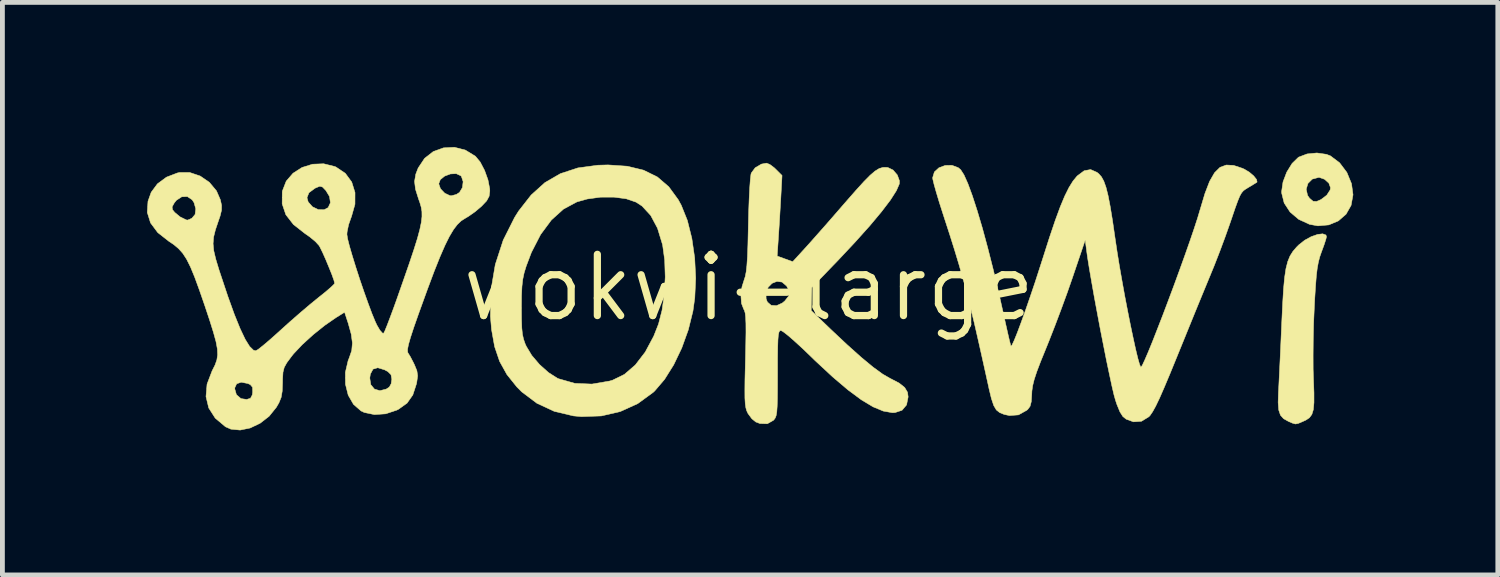
<source format=kicad_pcb>
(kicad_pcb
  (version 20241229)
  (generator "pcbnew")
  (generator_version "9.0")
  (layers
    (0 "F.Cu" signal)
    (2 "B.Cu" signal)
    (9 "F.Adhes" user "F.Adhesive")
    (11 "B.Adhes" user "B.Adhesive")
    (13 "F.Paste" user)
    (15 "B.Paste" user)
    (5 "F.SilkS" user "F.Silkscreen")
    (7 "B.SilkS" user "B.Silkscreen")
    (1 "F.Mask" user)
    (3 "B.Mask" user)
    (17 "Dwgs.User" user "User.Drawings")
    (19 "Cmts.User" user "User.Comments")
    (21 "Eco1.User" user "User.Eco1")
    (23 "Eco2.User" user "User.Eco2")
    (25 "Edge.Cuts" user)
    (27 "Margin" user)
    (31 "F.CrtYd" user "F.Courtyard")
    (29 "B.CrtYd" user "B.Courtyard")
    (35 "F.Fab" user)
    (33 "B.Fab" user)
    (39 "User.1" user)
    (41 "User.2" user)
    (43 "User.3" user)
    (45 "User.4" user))
  (footprint "wokwi-large"
    (layer "F.Cu")
    (at 12.486 2.916)
    (property "Reference" "wokwi-large" (at 0 0 0) (layer "F.SilkS") (effects (font (size 1.27 1.27) (thickness 0.15))))
    (attr through_hole)
    (fp_poly (pts (xy 11.977 -2.765) (xy 12.061 -2.733) (xy 12.251 -2.59) (xy 12.402 -2.39) (xy 12.499 -2.155) (xy 12.53 -1.926) (xy 12.49 -1.706) (xy 12.385 -1.522) (xy 12.226 -1.384) (xy 12.027 -1.301) (xy 11.802 -1.281) (xy 11.627 -1.313) (xy 11.403 -1.416) (xy 11.224 -1.568) (xy 11.102 -1.755) (xy 11.05 -1.962) (xy 11.049 -1.995) (xy 11.056 -2.041) (xy 11.559 -2.041) (xy 11.587 -1.914) (xy 11.627 -1.855) (xy 11.701 -1.791) (xy 11.775 -1.787) (xy 11.867 -1.827) (xy 11.986 -1.918) (xy 12.055 -2.025) (xy 12.064 -2.071) (xy 12.029 -2.167) (xy 11.941 -2.247) (xy 11.831 -2.286) (xy 11.818 -2.286) (xy 11.685 -2.251) (xy 11.595 -2.161) (xy 11.559 -2.041) (xy 11.056 -2.041) (xy 11.078 -2.192) (xy 11.155 -2.395) (xy 11.266 -2.575) (xy 11.395 -2.701) (xy 11.406 -2.708) (xy 11.578 -2.773) (xy 11.781 -2.793) (xy 11.977 -2.765)) (stroke (width 0.01) (type solid)) (fill yes) (layer "F.SilkS"))
    (fp_poly (pts (xy 11.968 -1.091) (xy 11.98 -1.055) (xy 11.966 -0.999) (xy 11.93 -0.888) (xy 11.878 -0.746) (xy 11.876 -0.741) (xy 11.839 -0.635) (xy 11.811 -0.526) (xy 11.788 -0.4) (xy 11.769 -0.241) (xy 11.753 -0.035) (xy 11.736 0.232) (xy 11.727 0.413) (xy 11.713 0.73) (xy 11.705 1.068) (xy 11.702 1.4) (xy 11.703 1.697) (xy 11.71 1.907) (xy 11.72 2.182) (xy 11.72 2.386) (xy 11.707 2.531) (xy 11.676 2.631) (xy 11.625 2.7) (xy 11.551 2.749) (xy 11.491 2.776) (xy 11.395 2.817) (xy 11.337 2.829) (xy 11.278 2.813) (xy 11.19 2.775) (xy 11.09 2.719) (xy 11.025 2.646) (xy 10.989 2.539) (xy 10.977 2.381) (xy 10.984 2.157) (xy 10.985 2.149) (xy 10.993 1.994) (xy 11.004 1.771) (xy 11.017 1.499) (xy 11.031 1.196) (xy 11.045 0.878) (xy 11.053 0.699) (xy 11.071 0.326) (xy 11.089 0.026) (xy 11.111 -0.21) (xy 11.139 -0.395) (xy 11.176 -0.54) (xy 11.223 -0.655) (xy 11.283 -0.751) (xy 11.359 -0.84) (xy 11.406 -0.887) (xy 11.528 -0.983) (xy 11.663 -1.057) (xy 11.794 -1.103) (xy 11.901 -1.116) (xy 11.968 -1.091)) (stroke (width 0.01) (type solid)) (fill yes) (layer "F.SilkS"))
    (fp_poly (pts (xy -2.524 -2.518) (xy -2.186 -2.436) (xy -1.901 -2.296) (xy -1.664 -2.093) (xy -1.468 -1.825) (xy -1.404 -1.708) (xy -1.278 -1.394) (xy -1.185 -1.022) (xy -1.126 -0.616) (xy -1.105 -0.197) (xy -1.124 0.213) (xy -1.162 0.487) (xy -1.258 0.875) (xy -1.394 1.252) (xy -1.561 1.601) (xy -1.751 1.904) (xy -1.955 2.143) (xy -1.986 2.172) (xy -2.308 2.407) (xy -2.67 2.571) (xy -3.063 2.662) (xy -3.476 2.676) (xy -3.641 2.661) (xy -4.038 2.567) (xy -4.398 2.4) (xy -4.714 2.162) (xy -4.816 2.059) (xy -5.021 1.803) (xy -5.172 1.531) (xy -5.276 1.225) (xy -5.34 0.868) (xy -5.363 0.593) (xy -5.359 0.414) (xy -4.72 0.414) (xy -4.72 0.423) (xy -4.718 0.663) (xy -4.712 0.838) (xy -4.699 0.967) (xy -4.676 1.07) (xy -4.642 1.167) (xy -4.62 1.216) (xy -4.506 1.406) (xy -4.344 1.596) (xy -4.158 1.762) (xy -3.975 1.879) (xy -3.947 1.891) (xy -3.613 1.986) (xy -3.257 2.001) (xy -2.89 1.938) (xy -2.829 1.92) (xy -2.584 1.8) (xy -2.357 1.604) (xy -2.152 1.337) (xy -1.975 1.006) (xy -1.876 0.755) (xy -1.803 0.471) (xy -1.756 0.135) (xy -1.737 -0.221) (xy -1.748 -0.568) (xy -1.79 -0.876) (xy -1.795 -0.898) (xy -1.897 -1.232) (xy -2.039 -1.498) (xy -2.218 -1.692) (xy -2.342 -1.773) (xy -2.547 -1.843) (xy -2.802 -1.877) (xy -3.081 -1.876) (xy -3.356 -1.838) (xy -3.569 -1.778) (xy -3.847 -1.629) (xy -4.099 -1.402) (xy -4.322 -1.101) (xy -4.513 -0.73) (xy -4.621 -0.445) (xy -4.664 -0.305) (xy -4.692 -0.172) (xy -4.709 -0.023) (xy -4.718 0.165) (xy -4.72 0.414) (xy -5.359 0.414) (xy -5.352 0.052) (xy -5.262 -0.479) (xy -5.097 -0.986) (xy -4.86 -1.458) (xy -4.778 -1.588) (xy -4.518 -1.921) (xy -4.233 -2.178) (xy -3.912 -2.364) (xy -3.549 -2.483) (xy -3.135 -2.539) (xy -2.923 -2.545) (xy -2.524 -2.518)) (stroke (width 0.01) (type solid)) (fill yes) (layer "F.SilkS"))
    (fp_poly (pts (xy 0.434 -2.554) (xy 0.527 -2.484) (xy 0.558 -2.454) (xy 0.686 -2.326) (xy 0.66 -1.851) (xy 0.646 -1.609) (xy 0.631 -1.352) (xy 0.616 -1.119) (xy 0.609 -1.015) (xy 0.585 -0.655) (xy 0.747 -0.596) (xy 0.908 -0.538) (xy 1.156 -0.809) (xy 1.261 -0.925) (xy 1.408 -1.091) (xy 1.585 -1.291) (xy 1.777 -1.511) (xy 1.973 -1.737) (xy 2.001 -1.769) (xy 2.213 -2.011) (xy 2.38 -2.195) (xy 2.511 -2.328) (xy 2.615 -2.417) (xy 2.701 -2.47) (xy 2.778 -2.493) (xy 2.854 -2.494) (xy 2.881 -2.491) (xy 2.989 -2.439) (xy 3.077 -2.337) (xy 3.121 -2.217) (xy 3.119 -2.151) (xy 3.058 -2.011) (xy 2.935 -1.818) (xy 2.75 -1.575) (xy 2.506 -1.283) (xy 2.203 -0.945) (xy 1.845 -0.563) (xy 1.741 -0.456) (xy 1.303 -0.001) (xy 1.297 0.237) (xy 1.291 0.476) (xy 1.694 0.863) (xy 2.038 1.186) (xy 2.331 1.448) (xy 2.575 1.65) (xy 2.773 1.794) (xy 2.929 1.884) (xy 2.93 1.884) (xy 3.116 1.981) (xy 3.231 2.073) (xy 3.289 2.171) (xy 3.302 2.267) (xy 3.269 2.433) (xy 3.175 2.544) (xy 3.027 2.593) (xy 2.971 2.594) (xy 2.786 2.561) (xy 2.574 2.473) (xy 2.331 2.327) (xy 2.053 2.121) (xy 1.736 1.852) (xy 1.375 1.517) (xy 1.291 1.435) (xy 1.11 1.261) (xy 0.946 1.111) (xy 0.809 0.992) (xy 0.71 0.915) (xy 0.663 0.889) (xy 0.639 0.896) (xy 0.622 0.925) (xy 0.609 0.985) (xy 0.601 1.087) (xy 0.596 1.242) (xy 0.593 1.46) (xy 0.593 1.751) (xy 0.593 1.778) (xy 0.592 2.076) (xy 0.59 2.3) (xy 0.585 2.464) (xy 0.577 2.577) (xy 0.564 2.654) (xy 0.545 2.704) (xy 0.52 2.739) (xy 0.508 2.752) (xy 0.381 2.824) (xy 0.227 2.819) (xy 0.142 2.787) (xy 0.06 2.72) (xy -0.017 2.616) (xy -0.024 2.604) (xy -0.048 2.552) (xy -0.065 2.49) (xy -0.077 2.407) (xy -0.084 2.29) (xy -0.085 2.127) (xy -0.083 1.908) (xy -0.076 1.621) (xy -0.073 1.498) (xy -0.066 1.176) (xy -0.062 0.928) (xy -0.063 0.744) (xy -0.069 0.613) (xy -0.079 0.526) (xy -0.096 0.47) (xy -0.109 0.447) (xy -0.155 0.328) (xy -0.167 0.163) (xy -0.16 0.105) (xy 0.352 0.105) (xy 0.356 0.232) (xy 0.382 0.299) (xy 0.46 0.367) (xy 0.571 0.374) (xy 0.691 0.32) (xy 0.743 0.277) (xy 0.826 0.172) (xy 0.838 0.08) (xy 0.783 -0.03) (xy 0.781 -0.033) (xy 0.686 -0.115) (xy 0.58 -0.129) (xy 0.479 -0.089) (xy 0.398 -0.007) (xy 0.352 0.105) (xy -0.16 0.105) (xy -0.145 -0.016) (xy -0.1 -0.16) (xy -0.077 -0.23) (xy -0.058 -0.327) (xy -0.043 -0.462) (xy -0.031 -0.645) (xy -0.022 -0.889) (xy -0.015 -1.203) (xy -0.013 -1.291) (xy -0.006 -1.576) (xy 0.004 -1.838) (xy 0.015 -2.063) (xy 0.028 -2.238) (xy 0.041 -2.349) (xy 0.048 -2.376) (xy 0.129 -2.486) (xy 0.258 -2.562) (xy 0.365 -2.582) (xy 0.434 -2.554)) (stroke (width 0.01) (type solid)) (fill yes) (layer "F.SilkS"))
    (fp_poly (pts (xy 10.054 -2.535) (xy 10.235 -2.475) (xy 10.273 -2.458) (xy 10.377 -2.396) (xy 10.469 -2.318) (xy 10.529 -2.243) (xy 10.54 -2.191) (xy 10.534 -2.184) (xy 10.492 -2.158) (xy 10.404 -2.104) (xy 10.365 -2.081) (xy 10.304 -2.044) (xy 10.257 -2.01) (xy 10.219 -1.966) (xy 10.181 -1.899) (xy 10.139 -1.797) (xy 10.084 -1.646) (xy 10.012 -1.434) (xy 9.97 -1.312) (xy 9.877 -1.05) (xy 9.766 -0.751) (xy 9.651 -0.456) (xy 9.568 -0.254) (xy 9.492 -0.07) (xy 9.391 0.175) (xy 9.272 0.465) (xy 9.142 0.784) (xy 9.008 1.114) (xy 8.884 1.418) (xy 8.737 1.778) (xy 8.616 2.066) (xy 8.518 2.29) (xy 8.438 2.457) (xy 8.373 2.575) (xy 8.321 2.651) (xy 8.296 2.678) (xy 8.141 2.773) (xy 7.975 2.784) (xy 7.825 2.729) (xy 7.756 2.674) (xy 7.695 2.577) (xy 7.632 2.423) (xy 7.604 2.339) (xy 7.572 2.226) (xy 7.529 2.042) (xy 7.477 1.8) (xy 7.417 1.515) (xy 7.354 1.197) (xy 7.288 0.862) (xy 7.224 0.521) (xy 7.162 0.188) (xy 7.107 -0.124) (xy 7.059 -0.403) (xy 7.022 -0.634) (xy 7.005 -0.758) (xy 6.975 -0.987) (xy 6.711 -0.208) (xy 6.603 0.102) (xy 6.477 0.446) (xy 6.346 0.793) (xy 6.222 1.11) (xy 6.159 1.266) (xy 6.049 1.536) (xy 5.97 1.744) (xy 5.917 1.905) (xy 5.885 2.034) (xy 5.869 2.146) (xy 5.866 2.213) (xy 5.856 2.366) (xy 5.831 2.462) (xy 5.782 2.528) (xy 5.761 2.545) (xy 5.591 2.64) (xy 5.404 2.654) (xy 5.295 2.631) (xy 5.201 2.593) (xy 5.131 2.537) (xy 5.077 2.445) (xy 5.029 2.301) (xy 4.978 2.091) (xy 4.975 2.074) (xy 4.863 1.567) (xy 4.765 1.13) (xy 4.678 0.749) (xy 4.596 0.411) (xy 4.518 0.103) (xy 4.439 -0.189) (xy 4.357 -0.476) (xy 4.267 -0.774) (xy 4.166 -1.095) (xy 4.05 -1.452) (xy 4.019 -1.548) (xy 3.947 -1.773) (xy 3.886 -1.976) (xy 3.84 -2.139) (xy 3.814 -2.248) (xy 3.81 -2.279) (xy 3.846 -2.399) (xy 3.941 -2.486) (xy 4.07 -2.534) (xy 4.211 -2.537) (xy 4.341 -2.488) (xy 4.392 -2.445) (xy 4.46 -2.339) (xy 4.541 -2.158) (xy 4.633 -1.908) (xy 4.734 -1.597) (xy 4.842 -1.233) (xy 4.953 -0.823) (xy 5.067 -0.374) (xy 5.181 0.107) (xy 5.27 0.506) (xy 5.321 0.737) (xy 5.366 0.937) (xy 5.402 1.092) (xy 5.427 1.19) (xy 5.435 1.216) (xy 5.458 1.188) (xy 5.504 1.09) (xy 5.568 0.931) (xy 5.646 0.722) (xy 5.736 0.472) (xy 5.833 0.191) (xy 5.935 -0.11) (xy 6.036 -0.422) (xy 6.1 -0.621) (xy 6.235 -1.044) (xy 6.353 -1.393) (xy 6.457 -1.676) (xy 6.551 -1.901) (xy 6.638 -2.076) (xy 6.721 -2.21) (xy 6.804 -2.311) (xy 6.811 -2.318) (xy 6.953 -2.424) (xy 7.087 -2.449) (xy 7.219 -2.391) (xy 7.257 -2.36) (xy 7.312 -2.298) (xy 7.361 -2.208) (xy 7.406 -2.082) (xy 7.449 -1.911) (xy 7.493 -1.684) (xy 7.541 -1.392) (xy 7.594 -1.027) (xy 7.598 -1.001) (xy 7.637 -0.74) (xy 7.684 -0.449) (xy 7.738 -0.141) (xy 7.795 0.174) (xy 7.855 0.485) (xy 7.914 0.781) (xy 7.971 1.051) (xy 8.022 1.284) (xy 8.067 1.469) (xy 8.103 1.594) (xy 8.127 1.649) (xy 8.13 1.651) (xy 8.158 1.613) (xy 8.209 1.505) (xy 8.282 1.336) (xy 8.371 1.118) (xy 8.472 0.86) (xy 8.584 0.572) (xy 8.7 0.265) (xy 8.819 -0.053) (xy 8.935 -0.371) (xy 9.046 -0.679) (xy 9.147 -0.967) (xy 9.235 -1.225) (xy 9.306 -1.443) (xy 9.356 -1.611) (xy 9.359 -1.62) (xy 9.458 -1.951) (xy 9.555 -2.204) (xy 9.658 -2.383) (xy 9.771 -2.495) (xy 9.901 -2.543) (xy 10.054 -2.535)) (stroke (width 0.01) (type solid)) (fill yes) (layer "F.SilkS"))
    (fp_poly (pts (xy -5.883 -2.853) (xy -5.674 -2.725) (xy -5.575 -2.605) (xy -5.484 -2.431) (xy -5.414 -2.236) (xy -5.378 -2.05) (xy -5.376 -2.003) (xy -5.39 -1.895) (xy -5.441 -1.8) (xy -5.547 -1.688) (xy -5.548 -1.687) (xy -5.68 -1.575) (xy -5.823 -1.475) (xy -5.884 -1.439) (xy -5.968 -1.386) (xy -6.048 -1.31) (xy -6.129 -1.204) (xy -6.215 -1.06) (xy -6.308 -0.872) (xy -6.412 -0.633) (xy -6.531 -0.335) (xy -6.667 0.028) (xy -6.825 0.464) (xy -6.856 0.55) (xy -6.953 0.826) (xy -7.021 1.034) (xy -7.063 1.181) (xy -7.082 1.279) (xy -7.08 1.337) (xy -7.073 1.354) (xy -7.026 1.43) (xy -6.965 1.547) (xy -6.939 1.6) (xy -6.888 1.725) (xy -6.873 1.831) (xy -6.891 1.962) (xy -6.898 1.997) (xy -6.973 2.227) (xy -7.092 2.396) (xy -7.269 2.523) (xy -7.305 2.541) (xy -7.536 2.618) (xy -7.769 2.634) (xy -7.98 2.59) (xy -8.047 2.558) (xy -8.203 2.422) (xy -8.313 2.231) (xy -8.37 2.004) (xy -8.371 1.874) (xy -7.866 1.874) (xy -7.845 2.013) (xy -7.769 2.105) (xy -7.656 2.138) (xy -7.524 2.105) (xy -7.461 2.064) (xy -7.422 1.994) (xy -7.408 1.899) (xy -7.425 1.807) (xy -7.49 1.742) (xy -7.559 1.705) (xy -7.7 1.662) (xy -7.798 1.691) (xy -7.853 1.793) (xy -7.866 1.874) (xy -8.371 1.874) (xy -8.372 1.759) (xy -8.315 1.515) (xy -8.293 1.46) (xy -8.24 1.306) (xy -8.226 1.149) (xy -8.25 0.967) (xy -8.314 0.736) (xy -8.323 0.71) (xy -8.388 0.511) (xy -8.565 0.621) (xy -8.799 0.783) (xy -9.041 0.977) (xy -9.265 1.181) (xy -9.447 1.374) (xy -9.489 1.427) (xy -9.585 1.556) (xy -9.64 1.654) (xy -9.666 1.756) (xy -9.674 1.894) (xy -9.675 1.972) (xy -9.682 2.149) (xy -9.704 2.277) (xy -9.75 2.39) (xy -9.803 2.482) (xy -9.954 2.669) (xy -10.141 2.814) (xy -10.347 2.912) (xy -10.555 2.955) (xy -10.747 2.936) (xy -10.858 2.887) (xy -11.071 2.708) (xy -11.206 2.497) (xy -11.263 2.26) (xy -11.249 2.095) (xy -10.668 2.095) (xy -10.632 2.221) (xy -10.538 2.302) (xy -10.419 2.32) (xy -10.339 2.295) (xy -10.303 2.226) (xy -10.295 2.17) (xy -10.297 2.068) (xy -10.344 2.012) (xy -10.396 1.989) (xy -10.532 1.962) (xy -10.627 1.995) (xy -10.667 2.081) (xy -10.668 2.095) (xy -11.249 2.095) (xy -11.241 2.002) (xy -11.137 1.729) (xy -11.129 1.713) (xy -11.074 1.603) (xy -11.038 1.501) (xy -11.022 1.396) (xy -11.027 1.274) (xy -11.055 1.122) (xy -11.108 0.929) (xy -11.186 0.68) (xy -11.283 0.388) (xy -11.4 0.05) (xy -11.498 -0.218) (xy -11.584 -0.427) (xy -11.665 -0.589) (xy -11.745 -0.712) (xy -11.833 -0.81) (xy -11.932 -0.893) (xy -12.035 -0.962) (xy -12.264 -1.142) (xy -12.413 -1.342) (xy -12.481 -1.56) (xy -12.474 -1.674) (xy -11.966 -1.674) (xy -11.958 -1.617) (xy -11.912 -1.56) (xy -11.801 -1.468) (xy -11.675 -1.406) (xy -11.649 -1.4) (xy -11.606 -1.415) (xy -11.554 -1.441) (xy -11.489 -1.518) (xy -11.475 -1.635) (xy -11.511 -1.762) (xy -11.55 -1.822) (xy -11.65 -1.889) (xy -11.766 -1.884) (xy -11.878 -1.811) (xy -11.922 -1.755) (xy -11.966 -1.674) (xy -12.474 -1.674) (xy -12.466 -1.792) (xy -12.4 -1.977) (xy -12.271 -2.152) (xy -12.083 -2.291) (xy -11.857 -2.378) (xy -11.816 -2.387) (xy -11.597 -2.387) (xy -11.384 -2.315) (xy -11.194 -2.185) (xy -11.046 -2.008) (xy -10.965 -1.822) (xy -10.94 -1.707) (xy -10.941 -1.605) (xy -10.971 -1.483) (xy -11.007 -1.379) (xy -11.068 -1.198) (xy -11.105 -1.049) (xy -11.116 -0.912) (xy -11.102 -0.766) (xy -11.06 -0.589) (xy -10.991 -0.361) (xy -10.962 -0.274) (xy -10.81 0.181) (xy -10.675 0.555) (xy -10.555 0.851) (xy -10.45 1.072) (xy -10.358 1.22) (xy -10.278 1.298) (xy -10.232 1.311) (xy -10.184 1.284) (xy -10.087 1.208) (xy -9.953 1.095) (xy -9.794 0.954) (xy -9.716 0.883) (xy -9.517 0.704) (xy -9.306 0.52) (xy -9.106 0.35) (xy -8.942 0.216) (xy -8.922 0.2) (xy -8.782 0.088) (xy -8.672 -0.007) (xy -8.606 -0.071) (xy -8.594 -0.09) (xy -8.61 -0.154) (xy -8.652 -0.272) (xy -8.712 -0.421) (xy -8.778 -0.58) (xy -8.843 -0.726) (xy -8.897 -0.836) (xy -8.918 -0.873) (xy -8.992 -0.954) (xy -9.11 -1.052) (xy -9.209 -1.121) (xy -9.449 -1.309) (xy -9.607 -1.513) (xy -9.683 -1.738) (xy -9.682 -1.865) (xy -9.168 -1.865) (xy -9.143 -1.777) (xy -9.054 -1.676) (xy -8.934 -1.619) (xy -8.813 -1.615) (xy -8.729 -1.659) (xy -8.682 -1.761) (xy -8.701 -1.89) (xy -8.776 -2.014) (xy -8.846 -2.087) (xy -8.903 -2.103) (xy -8.986 -2.069) (xy -9.004 -2.06) (xy -9.128 -1.968) (xy -9.168 -1.865) (xy -9.682 -1.865) (xy -9.681 -1.984) (xy -9.677 -2.007) (xy -9.599 -2.208) (xy -9.458 -2.372) (xy -9.271 -2.492) (xy -9.053 -2.56) (xy -8.822 -2.569) (xy -8.592 -2.512) (xy -8.568 -2.502) (xy -8.373 -2.371) (xy -8.24 -2.19) (xy -8.172 -1.972) (xy -8.173 -1.729) (xy -8.246 -1.471) (xy -8.252 -1.457) (xy -8.305 -1.306) (xy -8.336 -1.156) (xy -8.34 -1.105) (xy -8.326 -1.014) (xy -8.287 -0.86) (xy -8.228 -0.658) (xy -8.155 -0.422) (xy -8.073 -0.169) (xy -7.986 0.085) (xy -7.9 0.326) (xy -7.821 0.538) (xy -7.752 0.705) (xy -7.718 0.778) (xy -7.655 0.885) (xy -7.602 0.944) (xy -7.578 0.947) (xy -7.552 0.896) (xy -7.505 0.78) (xy -7.441 0.612) (xy -7.365 0.407) (xy -7.31 0.254) (xy -7.164 -0.162) (xy -7.044 -0.507) (xy -6.95 -0.789) (xy -6.878 -1.018) (xy -6.828 -1.203) (xy -6.797 -1.352) (xy -6.783 -1.473) (xy -6.784 -1.576) (xy -6.799 -1.669) (xy -6.826 -1.761) (xy -6.853 -1.837) (xy -6.917 -2.04) (xy -6.931 -2.154) (xy -6.435 -2.154) (xy -6.399 -2.051) (xy -6.311 -1.959) (xy -6.203 -1.908) (xy -6.173 -1.905) (xy -6.069 -1.933) (xy -6.004 -1.975) (xy -5.944 -2.075) (xy -5.929 -2.198) (xy -5.964 -2.304) (xy -5.977 -2.32) (xy -6.072 -2.364) (xy -6.193 -2.358) (xy -6.313 -2.313) (xy -6.403 -2.239) (xy -6.435 -2.154) (xy -6.931 -2.154) (xy -6.937 -2.203) (xy -6.911 -2.354) (xy -6.862 -2.481) (xy -6.729 -2.681) (xy -6.549 -2.822) (xy -6.337 -2.899) (xy -6.11 -2.911) (xy -5.883 -2.853)) (stroke (width 0.01) (type solid)) (fill yes) (layer "F.SilkS")))
  (gr_rect
    (start -3 -3)
    (end 28.02 8.876)
    (stroke (width 0.1) (type default))
    (fill no)
    (layer "Edge.Cuts")))
</source>
